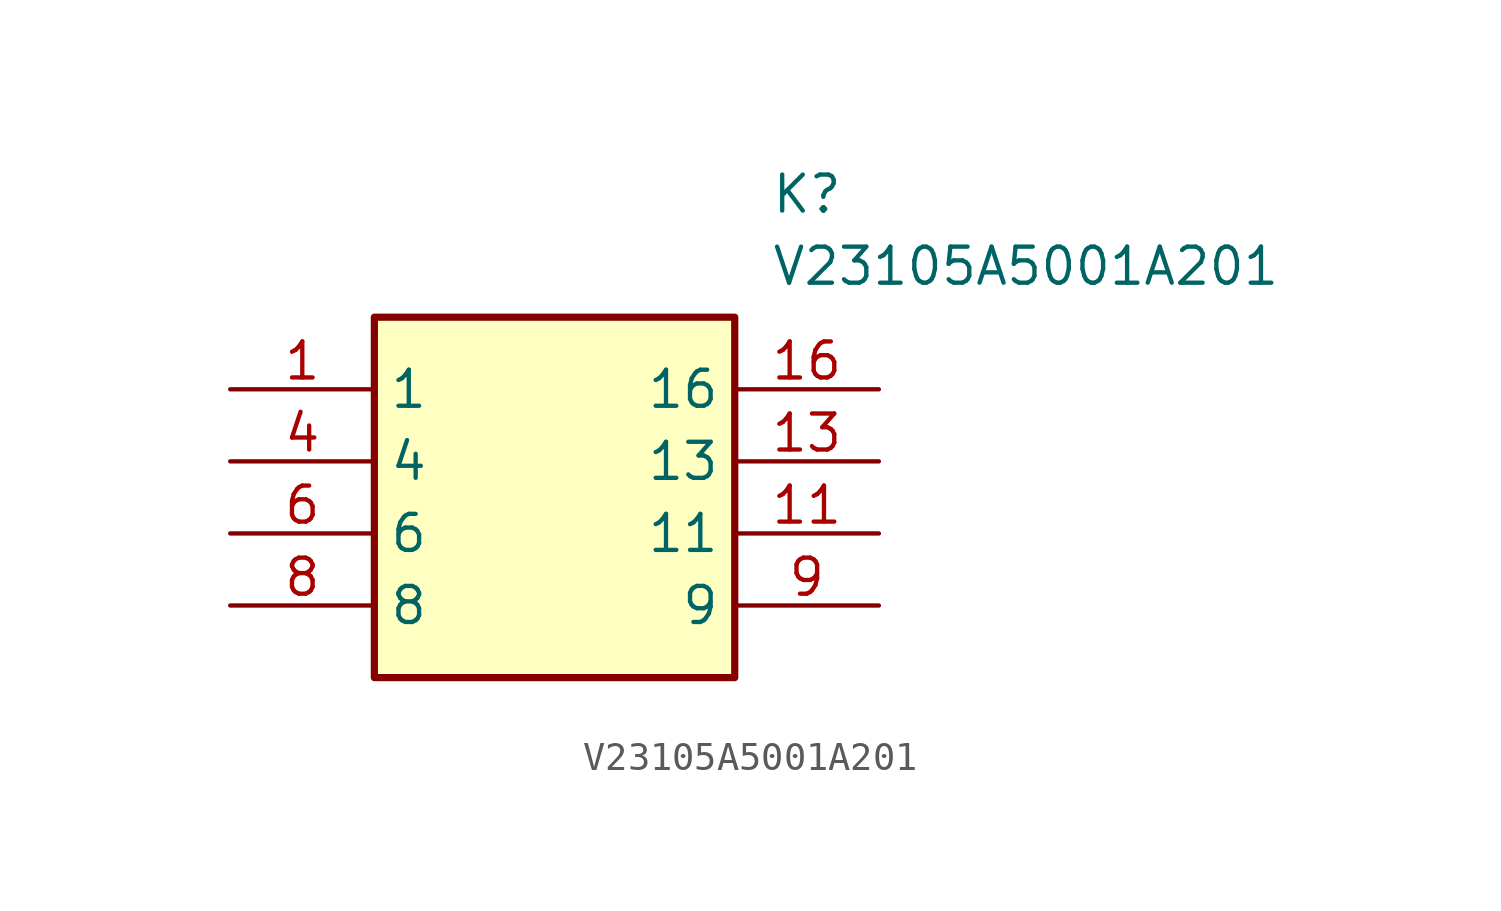
<source format=kicad_sym>
(kicad_symbol_lib
  (version 20211014)
  (generator SamacSys_ECAD_Model)
  (symbol "V23105A5001A201"
    (property "Reference" "K"
      (at 19.05 7.62 0)
      (effects (font (size 1.27 1.27)) (justify left top)))
    (property "Value" "V23105A5001A201"
      (at 19.05 5.08 0)
      (effects (font (size 1.27 1.27)) (justify left top)))
    (rectangle
      (start 5.08 2.54)
      (end 17.78 -10.16)
      (stroke (width 0.254) (type default))
      (fill (type background)))
    (pin passive line
      (at 0 0 0)
      (length 5.08)
      (name "1" (effects (font (size 1.27 1.27))))
      (number "1" (effects (font (size 1.27 1.27)))))
    (pin passive line
      (at 0 -2.54 0)
      (length 5.08)
      (name "4" (effects (font (size 1.27 1.27))))
      (number "4" (effects (font (size 1.27 1.27)))))
    (pin passive line
      (at 0 -5.08 0)
      (length 5.08)
      (name "6" (effects (font (size 1.27 1.27))))
      (number "6" (effects (font (size 1.27 1.27)))))
    (pin passive line
      (at 0 -7.62 0)
      (length 5.08)
      (name "8" (effects (font (size 1.27 1.27))))
      (number "8" (effects (font (size 1.27 1.27)))))
    (pin passive line
      (at 22.86 -7.62 180)
      (length 5.08)
      (name "9" (effects (font (size 1.27 1.27))))
      (number "9" (effects (font (size 1.27 1.27)))))
    (pin passive line
      (at 22.86 -5.08 180)
      (length 5.08)
      (name "11" (effects (font (size 1.27 1.27))))
      (number "11" (effects (font (size 1.27 1.27)))))
    (pin passive line
      (at 22.86 -2.54 180)
      (length 5.08)
      (name "13" (effects (font (size 1.27 1.27))))
      (number "13" (effects (font (size 1.27 1.27)))))
    (pin passive line
      (at 22.86 0 180)
      (length 5.08)
      (name "16" (effects (font (size 1.27 1.27))))
      (number "16" (effects (font (size 1.27 1.27)))))))
</source>
